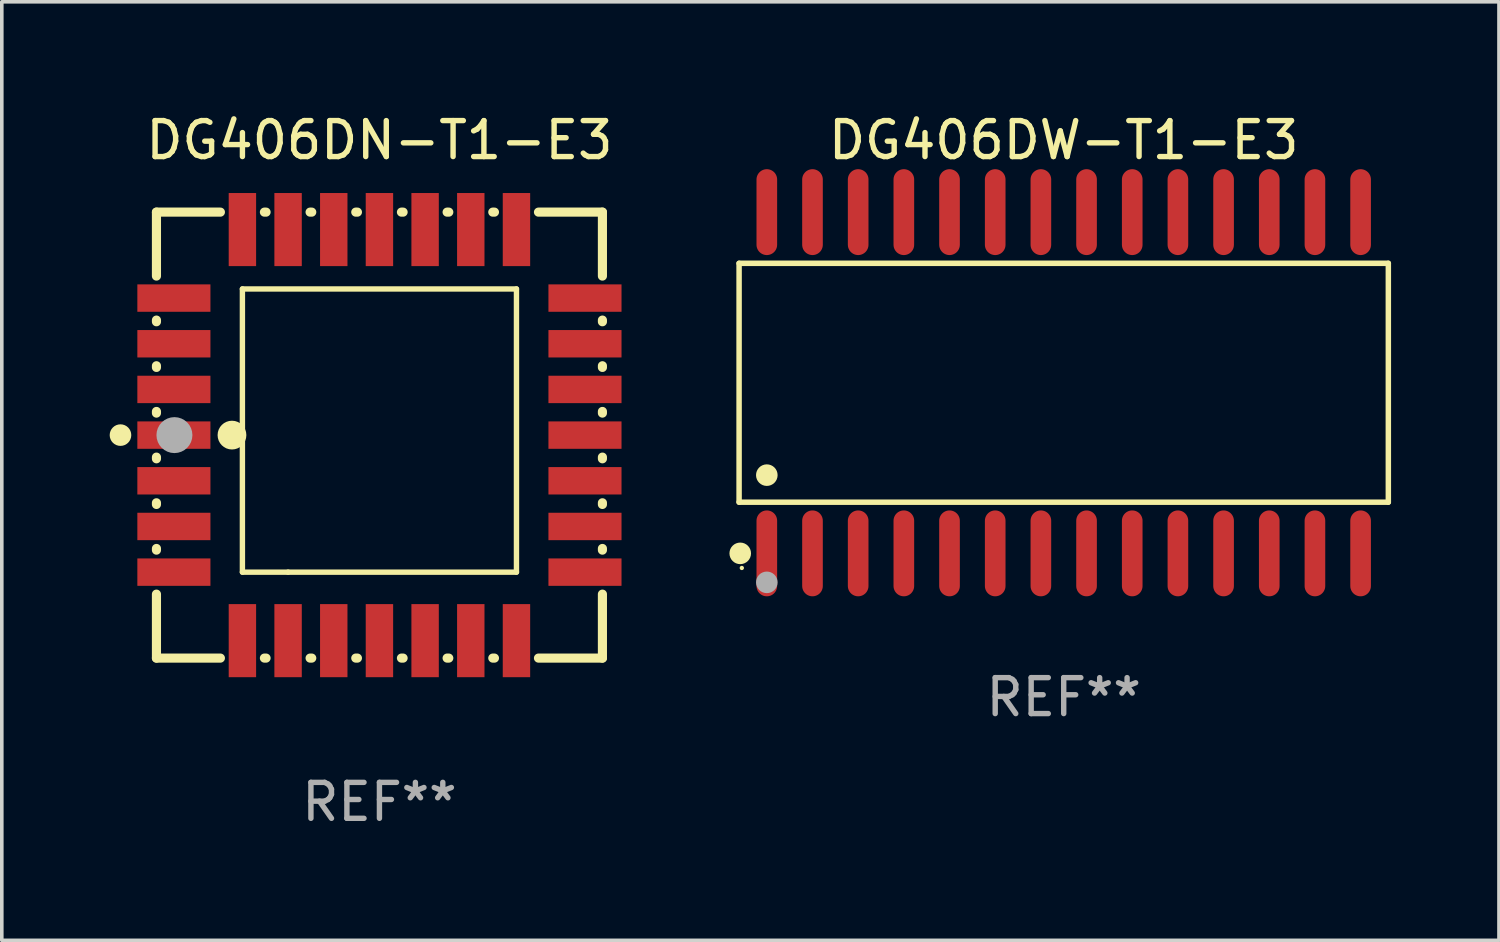
<source format=kicad_pcb>
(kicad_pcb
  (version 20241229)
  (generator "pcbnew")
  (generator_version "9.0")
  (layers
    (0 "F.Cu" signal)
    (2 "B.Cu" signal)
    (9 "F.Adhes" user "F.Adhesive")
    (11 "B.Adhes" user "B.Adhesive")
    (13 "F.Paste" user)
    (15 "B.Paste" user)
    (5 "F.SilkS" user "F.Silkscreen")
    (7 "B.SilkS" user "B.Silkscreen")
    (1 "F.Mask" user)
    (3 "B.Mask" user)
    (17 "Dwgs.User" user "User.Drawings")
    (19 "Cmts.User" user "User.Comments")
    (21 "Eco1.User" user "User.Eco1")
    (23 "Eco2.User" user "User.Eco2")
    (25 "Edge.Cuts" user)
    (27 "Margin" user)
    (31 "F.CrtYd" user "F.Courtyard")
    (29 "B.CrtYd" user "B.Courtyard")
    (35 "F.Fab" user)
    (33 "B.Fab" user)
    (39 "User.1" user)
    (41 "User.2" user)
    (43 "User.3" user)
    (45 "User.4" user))
  (footprint "DG406DW-T1-E3"
    (layer "F.Cu")
    (at 26.526 7.592)
    (property "Reference" "DG406DW-T1-E3" (at 0 -6.744 0) (layer "F.SilkS") (effects (font (size 1 1) (thickness 0.15))))
    (attr through_hole)
    (fp_line (start -9.026 -3.321) (end 9.026 -3.321) (stroke (width 0.152) (type solid)) (layer "F.SilkS"))
    (fp_line (start -9.026 3.321) (end -9.026 -3.321) (stroke (width 0.152) (type solid)) (layer "F.SilkS"))
    (fp_line (start 9.026 -3.321) (end 9.026 3.321) (stroke (width 0.152) (type solid)) (layer "F.SilkS"))
    (fp_line (start 9.026 3.321) (end -9.026 3.321) (stroke (width 0.152) (type solid)) (layer "F.SilkS"))
    (fp_circle (center -8.994 4.744) (end -8.844 4.744) (stroke (width 0.3) (type solid)) (fill no) (layer "F.SilkS"))
    (fp_circle (center -8.95 5.15) (end -8.92 5.15) (stroke (width 0.06) (type solid)) (fill no) (layer "F.SilkS"))
    (fp_circle (center -8.255 2.569) (end -8.105 2.569) (stroke (width 0.3) (type solid)) (fill no) (layer "F.SilkS"))
    (fp_circle (center -8.255 5.55) (end -8.105 5.55) (stroke (width 0.3) (type solid)) (fill no) (layer "F.Fab"))
    (fp_text user "REF**" (at 0 8.744 0) (layer "F.Fab") (effects (font (size 1 1) (thickness 0.15))))
    (pad "1" smd oval (at -8.255 4.744) (size 0.574 2.388) (layers "F.Cu" "F.Mask" "F.Paste"))
    (pad "2" smd oval (at -6.985 4.744) (size 0.574 2.388) (layers "F.Cu" "F.Mask" "F.Paste"))
    (pad "3" smd oval (at -5.715 4.744) (size 0.574 2.388) (layers "F.Cu" "F.Mask" "F.Paste"))
    (pad "4" smd oval (at -4.445 4.744) (size 0.574 2.388) (layers "F.Cu" "F.Mask" "F.Paste"))
    (pad "5" smd oval (at -3.175 4.744) (size 0.574 2.388) (layers "F.Cu" "F.Mask" "F.Paste"))
    (pad "6" smd oval (at -1.905 4.744) (size 0.574 2.388) (layers "F.Cu" "F.Mask" "F.Paste"))
    (pad "7" smd oval (at -0.635 4.744) (size 0.574 2.388) (layers "F.Cu" "F.Mask" "F.Paste"))
    (pad "8" smd oval (at 0.635 4.744) (size 0.574 2.388) (layers "F.Cu" "F.Mask" "F.Paste"))
    (pad "9" smd oval (at 1.905 4.744) (size 0.574 2.388) (layers "F.Cu" "F.Mask" "F.Paste"))
    (pad "10" smd oval (at 3.175 4.744) (size 0.574 2.388) (layers "F.Cu" "F.Mask" "F.Paste"))
    (pad "11" smd oval (at 4.445 4.744) (size 0.574 2.388) (layers "F.Cu" "F.Mask" "F.Paste"))
    (pad "12" smd oval (at 5.715 4.744) (size 0.574 2.388) (layers "F.Cu" "F.Mask" "F.Paste"))
    (pad "13" smd oval (at 6.985 4.744) (size 0.574 2.388) (layers "F.Cu" "F.Mask" "F.Paste"))
    (pad "14" smd oval (at 8.255 4.744) (size 0.574 2.388) (layers "F.Cu" "F.Mask" "F.Paste"))
    (pad "15" smd oval (at 8.255 -4.744) (size 0.574 2.388) (layers "F.Cu" "F.Mask" "F.Paste"))
    (pad "16" smd oval (at 6.985 -4.744) (size 0.574 2.388) (layers "F.Cu" "F.Mask" "F.Paste"))
    (pad "17" smd oval (at 5.715 -4.744) (size 0.574 2.388) (layers "F.Cu" "F.Mask" "F.Paste"))
    (pad "18" smd oval (at 4.445 -4.744) (size 0.574 2.388) (layers "F.Cu" "F.Mask" "F.Paste"))
    (pad "19" smd oval (at 3.175 -4.744) (size 0.574 2.388) (layers "F.Cu" "F.Mask" "F.Paste"))
    (pad "20" smd oval (at 1.905 -4.744) (size 0.574 2.388) (layers "F.Cu" "F.Mask" "F.Paste"))
    (pad "21" smd oval (at 0.635 -4.744) (size 0.574 2.388) (layers "F.Cu" "F.Mask" "F.Paste"))
    (pad "22" smd oval (at -0.635 -4.744) (size 0.574 2.388) (layers "F.Cu" "F.Mask" "F.Paste"))
    (pad "23" smd oval (at -1.905 -4.744) (size 0.574 2.388) (layers "F.Cu" "F.Mask" "F.Paste"))
    (pad "24" smd oval (at -3.175 -4.744) (size 0.574 2.388) (layers "F.Cu" "F.Mask" "F.Paste"))
    (pad "25" smd oval (at -4.445 -4.744) (size 0.574 2.388) (layers "F.Cu" "F.Mask" "F.Paste"))
    (pad "26" smd oval (at -5.715 -4.744) (size 0.574 2.388) (layers "F.Cu" "F.Mask" "F.Paste"))
    (pad "27" smd oval (at -6.985 -4.744) (size 0.574 2.388) (layers "F.Cu" "F.Mask" "F.Paste"))
    (pad "28" smd oval (at -8.255 -4.744) (size 0.574 2.388) (layers "F.Cu" "F.Mask" "F.Paste")))
  (footprint "DG406DN-T1-E3"
    (layer "F.Cu")
    (at 7.5 9.048)
    (property "Reference" "DG406DN-T1-E3" (at 0 -8.2 0) (layer "F.SilkS") (effects (font (size 1 1) (thickness 0.15))))
    (attr through_hole)
    (fp_line (start -6.2 -6.2) (end -4.422 -6.2) (stroke (width 0.254) (type solid)) (layer "F.SilkS"))
    (fp_line (start -6.2 -4.422) (end -6.2 -6.2) (stroke (width 0.254) (type solid)) (layer "F.SilkS"))
    (fp_line (start -6.2 -3.152) (end -6.2 -3.198) (stroke (width 0.254) (type solid)) (layer "F.SilkS"))
    (fp_line (start -6.2 -1.882) (end -6.2 -1.928) (stroke (width 0.254) (type solid)) (layer "F.SilkS"))
    (fp_line (start -6.2 -0.612) (end -6.2 -0.658) (stroke (width 0.254) (type solid)) (layer "F.SilkS"))
    (fp_line (start -6.2 0.658) (end -6.2 0.612) (stroke (width 0.254) (type solid)) (layer "F.SilkS"))
    (fp_line (start -6.2 1.928) (end -6.2 1.882) (stroke (width 0.254) (type solid)) (layer "F.SilkS"))
    (fp_line (start -6.2 3.198) (end -6.2 3.152) (stroke (width 0.254) (type solid)) (layer "F.SilkS"))
    (fp_line (start -6.2 6.2) (end -6.2 4.422) (stroke (width 0.254) (type solid)) (layer "F.SilkS"))
    (fp_line (start -4.422 6.2) (end -6.2 6.2) (stroke (width 0.254) (type solid)) (layer "F.SilkS"))
    (fp_line (start -3.81 -4.064) (end 3.81 -4.064) (stroke (width 0.15) (type solid)) (layer "F.SilkS"))
    (fp_line (start -3.81 3.81) (end -3.81 -4.064) (stroke (width 0.15) (type solid)) (layer "F.SilkS"))
    (fp_line (start -3.198 -6.2) (end -3.152 -6.2) (stroke (width 0.254) (type solid)) (layer "F.SilkS"))
    (fp_line (start -3.152 6.2) (end -3.198 6.2) (stroke (width 0.254) (type solid)) (layer "F.SilkS"))
    (fp_line (start -2.54 3.81) (end -3.81 3.81) (stroke (width 0.15) (type solid)) (layer "F.SilkS"))
    (fp_line (start -1.928 -6.2) (end -1.882 -6.2) (stroke (width 0.254) (type solid)) (layer "F.SilkS"))
    (fp_line (start -1.882 6.2) (end -1.928 6.2) (stroke (width 0.254) (type solid)) (layer "F.SilkS"))
    (fp_line (start -0.658 -6.2) (end -0.612 -6.2) (stroke (width 0.254) (type solid)) (layer "F.SilkS"))
    (fp_line (start -0.612 6.2) (end -0.658 6.2) (stroke (width 0.254) (type solid)) (layer "F.SilkS"))
    (fp_line (start 0.612 -6.2) (end 0.658 -6.2) (stroke (width 0.254) (type solid)) (layer "F.SilkS"))
    (fp_line (start 0.658 6.2) (end 0.612 6.2) (stroke (width 0.254) (type solid)) (layer "F.SilkS"))
    (fp_line (start 1.882 -6.2) (end 1.928 -6.2) (stroke (width 0.254) (type solid)) (layer "F.SilkS"))
    (fp_line (start 1.928 6.2) (end 1.882 6.2) (stroke (width 0.254) (type solid)) (layer "F.SilkS"))
    (fp_line (start 3.152 -6.2) (end 3.198 -6.2) (stroke (width 0.254) (type solid)) (layer "F.SilkS"))
    (fp_line (start 3.198 6.2) (end 3.152 6.2) (stroke (width 0.254) (type solid)) (layer "F.SilkS"))
    (fp_line (start 3.81 -4.064) (end 3.81 3.81) (stroke (width 0.15) (type solid)) (layer "F.SilkS"))
    (fp_line (start 3.81 3.81) (end -2.54 3.81) (stroke (width 0.15) (type solid)) (layer "F.SilkS"))
    (fp_line (start 4.422 -6.2) (end 6.2 -6.2) (stroke (width 0.254) (type solid)) (layer "F.SilkS"))
    (fp_line (start 6.2 -6.2) (end 6.2 -4.422) (stroke (width 0.254) (type solid)) (layer "F.SilkS"))
    (fp_line (start 6.2 -3.198) (end 6.2 -3.152) (stroke (width 0.254) (type solid)) (layer "F.SilkS"))
    (fp_line (start 6.2 -1.928) (end 6.2 -1.882) (stroke (width 0.254) (type solid)) (layer "F.SilkS"))
    (fp_line (start 6.2 -0.658) (end 6.2 -0.612) (stroke (width 0.254) (type solid)) (layer "F.SilkS"))
    (fp_line (start 6.2 0.612) (end 6.2 0.658) (stroke (width 0.254) (type solid)) (layer "F.SilkS"))
    (fp_line (start 6.2 1.882) (end 6.2 1.928) (stroke (width 0.254) (type solid)) (layer "F.SilkS"))
    (fp_line (start 6.2 3.152) (end 6.2 3.198) (stroke (width 0.254) (type solid)) (layer "F.SilkS"))
    (fp_line (start 6.2 4.422) (end 6.2 6.2) (stroke (width 0.254) (type solid)) (layer "F.SilkS"))
    (fp_line (start 6.2 6.2) (end 4.422 6.2) (stroke (width 0.254) (type solid)) (layer "F.SilkS"))
    (fp_circle (center -7.2 0) (end -7.05 0) (stroke (width 0.3) (type solid)) (fill no) (layer "F.SilkS"))
    (fp_circle (center -6.223 6.223) (end -6.193 6.223) (stroke (width 0.06) (type solid)) (fill no) (layer "F.SilkS"))
    (fp_circle (center -4.1 0) (end -3.9 0) (stroke (width 0.4) (type solid)) (fill no) (layer "F.SilkS"))
    (fp_circle (center -5.7 0) (end -5.45 0) (stroke (width 0.5) (type solid)) (fill no) (layer "F.Fab"))
    (fp_text user "REF**" (at 0 10.2 0) (layer "F.Fab") (effects (font (size 1 1) (thickness 0.15))))
    (pad "1" smd rect (at -5.715 0) (size 2.032 0.762) (layers "F.Cu" "F.Mask" "F.Paste"))
    (pad "2" smd rect (at -5.715 1.27) (size 2.032 0.762) (layers "F.Cu" "F.Mask" "F.Paste"))
    (pad "3" smd rect (at -5.715 2.54) (size 2.032 0.762) (layers "F.Cu" "F.Mask" "F.Paste"))
    (pad "4" smd rect (at -5.715 3.81) (size 2.032 0.762) (layers "F.Cu" "F.Mask" "F.Paste"))
    (pad "5" smd rect (at -3.81 5.715) (size 0.762 2.032) (layers "F.Cu" "F.Mask" "F.Paste"))
    (pad "6" smd rect (at -2.54 5.715) (size 0.762 2.032) (layers "F.Cu" "F.Mask" "F.Paste"))
    (pad "7" smd rect (at -1.27 5.715) (size 0.762 2.032) (layers "F.Cu" "F.Mask" "F.Paste"))
    (pad "8" smd rect (at 0 5.715) (size 0.762 2.032) (layers "F.Cu" "F.Mask" "F.Paste"))
    (pad "9" smd rect (at 1.27 5.715) (size 0.762 2.032) (layers "F.Cu" "F.Mask" "F.Paste"))
    (pad "10" smd rect (at 2.54 5.715) (size 0.762 2.032) (layers "F.Cu" "F.Mask" "F.Paste"))
    (pad "11" smd rect (at 3.81 5.715) (size 0.762 2.032) (layers "F.Cu" "F.Mask" "F.Paste"))
    (pad "12" smd rect (at 5.715 3.81) (size 2.032 0.762) (layers "F.Cu" "F.Mask" "F.Paste"))
    (pad "13" smd rect (at 5.715 2.54) (size 2.032 0.762) (layers "F.Cu" "F.Mask" "F.Paste"))
    (pad "14" smd rect (at 5.715 1.27) (size 2.032 0.762) (layers "F.Cu" "F.Mask" "F.Paste"))
    (pad "15" smd rect (at 5.715 0) (size 2.032 0.762) (layers "F.Cu" "F.Mask" "F.Paste"))
    (pad "16" smd rect (at 5.715 -1.27) (size 2.032 0.762) (layers "F.Cu" "F.Mask" "F.Paste"))
    (pad "17" smd rect (at 5.715 -2.54) (size 2.032 0.762) (layers "F.Cu" "F.Mask" "F.Paste"))
    (pad "18" smd rect (at 5.715 -3.81) (size 2.032 0.762) (layers "F.Cu" "F.Mask" "F.Paste"))
    (pad "19" smd rect (at 3.81 -5.715) (size 0.762 2.032) (layers "F.Cu" "F.Mask" "F.Paste"))
    (pad "20" smd rect (at 2.54 -5.715) (size 0.762 2.032) (layers "F.Cu" "F.Mask" "F.Paste"))
    (pad "21" smd rect (at 1.27 -5.715) (size 0.762 2.032) (layers "F.Cu" "F.Mask" "F.Paste"))
    (pad "22" smd rect (at 0 -5.715) (size 0.762 2.032) (layers "F.Cu" "F.Mask" "F.Paste"))
    (pad "23" smd rect (at -1.27 -5.715) (size 0.762 2.032) (layers "F.Cu" "F.Mask" "F.Paste"))
    (pad "24" smd rect (at -2.54 -5.715) (size 0.762 2.032) (layers "F.Cu" "F.Mask" "F.Paste"))
    (pad "25" smd rect (at -3.81 -5.715) (size 0.762 2.032) (layers "F.Cu" "F.Mask" "F.Paste"))
    (pad "26" smd rect (at -5.715 -3.81) (size 2.032 0.762) (layers "F.Cu" "F.Mask" "F.Paste"))
    (pad "27" smd rect (at -5.715 -2.54) (size 2.032 0.762) (layers "F.Cu" "F.Mask" "F.Paste"))
    (pad "28" smd rect (at -5.715 -1.27) (size 2.032 0.762) (layers "F.Cu" "F.Mask" "F.Paste")))
  (gr_rect
    (start -3 -3)
    (end 38.628 23.096)
    (stroke (width 0.1) (type default))
    (fill no)
    (layer "Edge.Cuts")))
</source>
